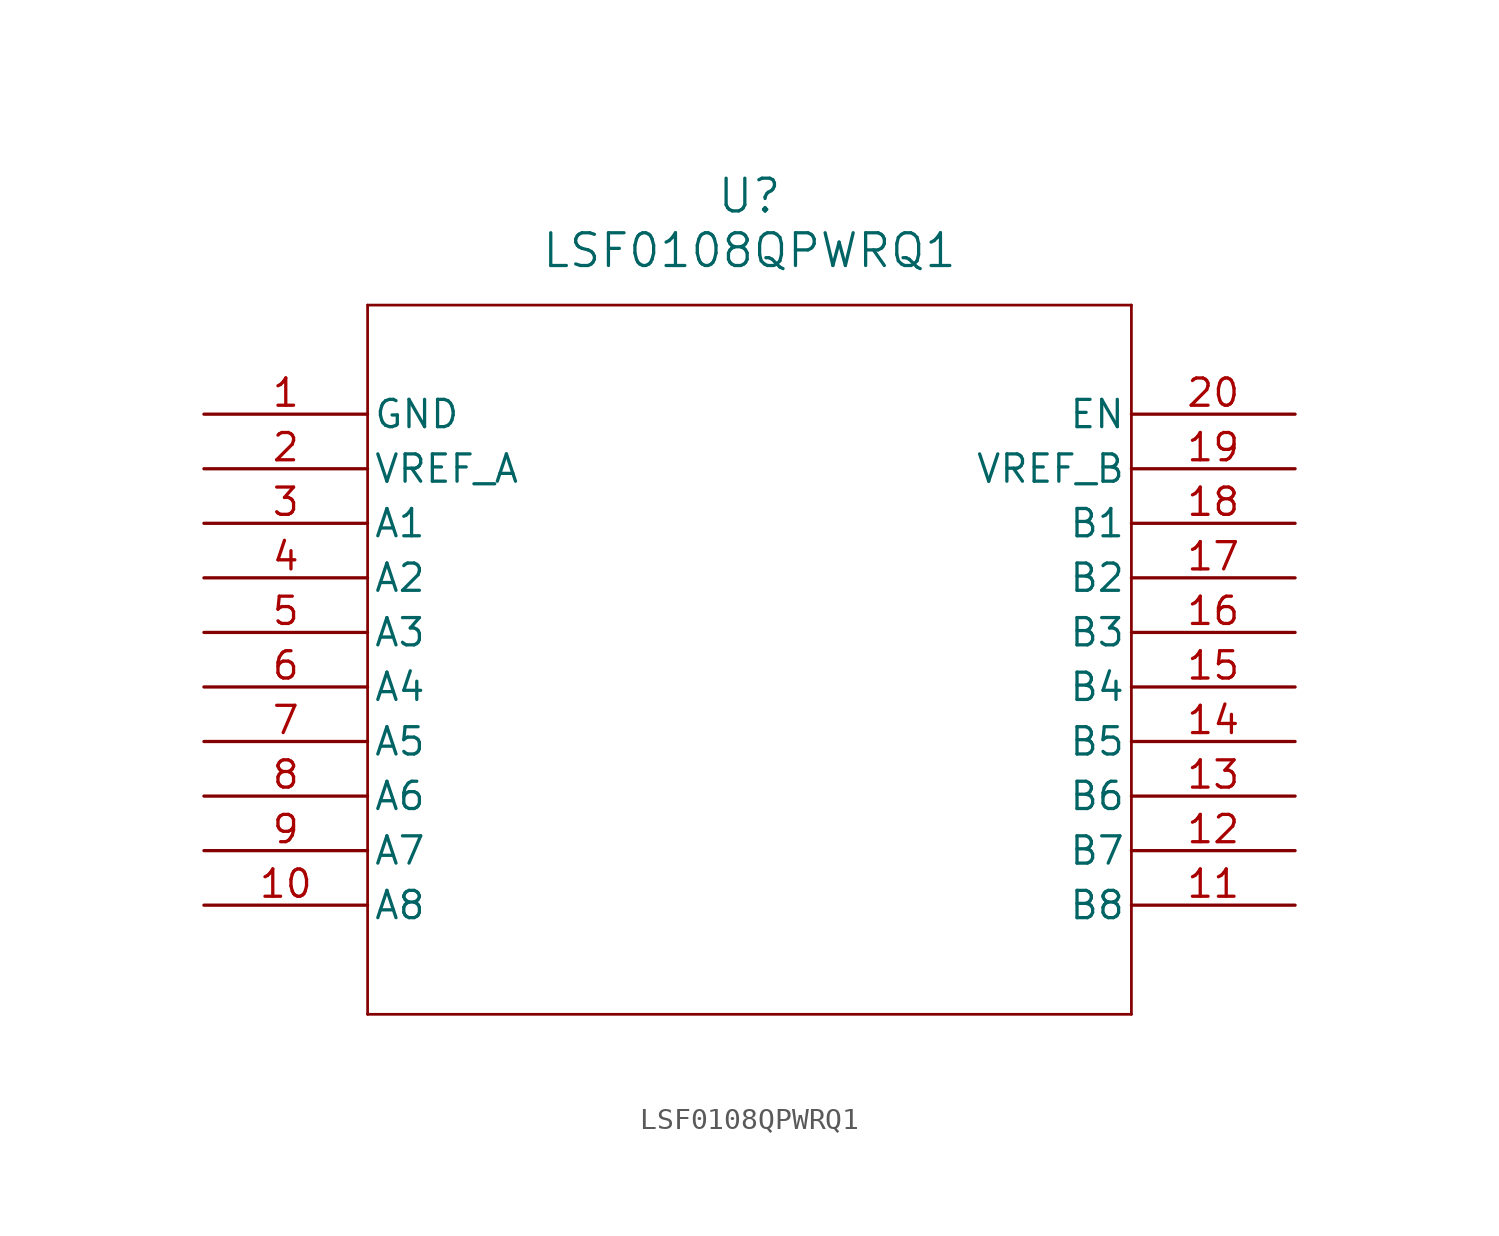
<source format=kicad_sym>
(kicad_symbol_lib
  (version 20211014)
  (generator kicad_symbol_editor)
  (symbol "LSF0108QPWRQ1"
    (pin_names
      (offset 0.254))
    (property "Reference" "U"
      (at 25.4 10.16 0)
      (effects (font (size 1.524 1.524))))
    (property "Value" "LSF0108QPWRQ1"
      (at 25.4 7.62 0)
      (effects (font (size 1.524 1.524))))
    (symbol "LSF0108QPWRQ1_0_1"
      (polyline (pts (xy 7.62 5.08) (xy 7.62 -27.94)) (stroke (width 0.127) (type default) (color 0 0 0 0)) (fill (type none)))
      (polyline (pts (xy 7.62 -27.94) (xy 43.18 -27.94)) (stroke (width 0.127) (type default) (color 0 0 0 0)) (fill (type none)))
      (polyline (pts (xy 43.18 -27.94) (xy 43.18 5.08)) (stroke (width 0.127) (type default) (color 0 0 0 0)) (fill (type none)))
      (polyline (pts (xy 43.18 5.08) (xy 7.62 5.08)) (stroke (width 0.127) (type default) (color 0 0 0 0)) (fill (type none)))
      (pin power_in line (at 0 0 0) (length 7.62) (name "GND" (effects (font (size 1.27 1.27)))) (number "1" (effects (font (size 1.27 1.27)))))
      (pin unspecified line (at 0 -2.54 0) (length 7.62) (name "VREF_A" (effects (font (size 1.27 1.27)))) (number "2" (effects (font (size 1.27 1.27)))))
      (pin unspecified line (at 0 -5.08 0) (length 7.62) (name "A1" (effects (font (size 1.27 1.27)))) (number "3" (effects (font (size 1.27 1.27)))))
      (pin unspecified line (at 0 -7.62 0) (length 7.62) (name "A2" (effects (font (size 1.27 1.27)))) (number "4" (effects (font (size 1.27 1.27)))))
      (pin unspecified line (at 0 -10.16 0) (length 7.62) (name "A3" (effects (font (size 1.27 1.27)))) (number "5" (effects (font (size 1.27 1.27)))))
      (pin unspecified line (at 0 -12.7 0) (length 7.62) (name "A4" (effects (font (size 1.27 1.27)))) (number "6" (effects (font (size 1.27 1.27)))))
      (pin unspecified line (at 0 -15.24 0) (length 7.62) (name "A5" (effects (font (size 1.27 1.27)))) (number "7" (effects (font (size 1.27 1.27)))))
      (pin unspecified line (at 0 -17.78 0) (length 7.62) (name "A6" (effects (font (size 1.27 1.27)))) (number "8" (effects (font (size 1.27 1.27)))))
      (pin unspecified line (at 0 -20.32 0) (length 7.62) (name "A7" (effects (font (size 1.27 1.27)))) (number "9" (effects (font (size 1.27 1.27)))))
      (pin unspecified line (at 0 -22.86 0) (length 7.62) (name "A8" (effects (font (size 1.27 1.27)))) (number "10" (effects (font (size 1.27 1.27)))))
      (pin unspecified line (at 50.8 -22.86 180) (length 7.62) (name "B8" (effects (font (size 1.27 1.27)))) (number "11" (effects (font (size 1.27 1.27)))))
      (pin unspecified line (at 50.8 -20.32 180) (length 7.62) (name "B7" (effects (font (size 1.27 1.27)))) (number "12" (effects (font (size 1.27 1.27)))))
      (pin unspecified line (at 50.8 -17.78 180) (length 7.62) (name "B6" (effects (font (size 1.27 1.27)))) (number "13" (effects (font (size 1.27 1.27)))))
      (pin unspecified line (at 50.8 -15.24 180) (length 7.62) (name "B5" (effects (font (size 1.27 1.27)))) (number "14" (effects (font (size 1.27 1.27)))))
      (pin unspecified line (at 50.8 -12.7 180) (length 7.62) (name "B4" (effects (font (size 1.27 1.27)))) (number "15" (effects (font (size 1.27 1.27)))))
      (pin unspecified line (at 50.8 -10.16 180) (length 7.62) (name "B3" (effects (font (size 1.27 1.27)))) (number "16" (effects (font (size 1.27 1.27)))))
      (pin unspecified line (at 50.8 -7.62 180) (length 7.62) (name "B2" (effects (font (size 1.27 1.27)))) (number "17" (effects (font (size 1.27 1.27)))))
      (pin unspecified line (at 50.8 -5.08 180) (length 7.62) (name "B1" (effects (font (size 1.27 1.27)))) (number "18" (effects (font (size 1.27 1.27)))))
      (pin unspecified line (at 50.8 -2.54 180) (length 7.62) (name "VREF_B" (effects (font (size 1.27 1.27)))) (number "19" (effects (font (size 1.27 1.27)))))
      (pin unspecified line (at 50.8 0 180) (length 7.62) (name "EN" (effects (font (size 1.27 1.27)))) (number "20" (effects (font (size 1.27 1.27))))))))
</source>
